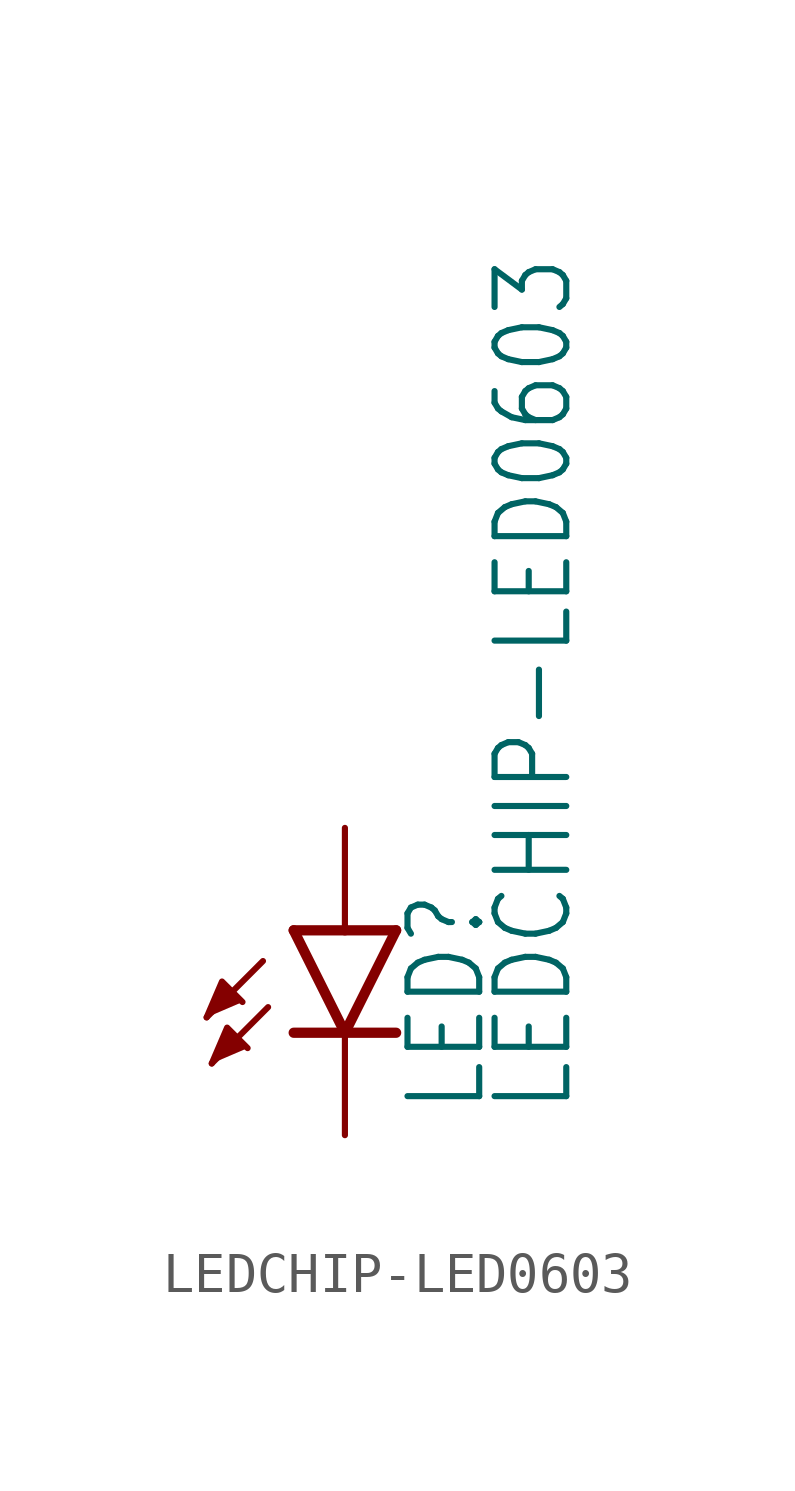
<source format=kicad_sym>
(kicad_symbol_lib
  (version 20200126)
  (host kicad_symbol_editor "(5.99.0-2281-g2f31bf278-dirty)")
  (symbol "LEDCHIP-LED0603"
    (property "Reference" "LED"
      (at 3.556 -4.572 90)
      (effects (font (size 1.778 1.511)) (justify left bottom)))
    (property "Value" "LEDCHIP-LED0603"
      (at 5.715 -4.572 90)
      (effects (font (size 1.778 1.511)) (justify left bottom)))
    (property "ki_locked" ""
      (at 0 0 0)
      (effects (font (size 1.27 1.27))))
    (symbol "LEDCHIP-LED0603_1_0"
      (polyline (pts (xy 1.27 0) (xy 0 -2.54)) (stroke (width 0.254)) (fill (type none)))
      (polyline (pts (xy 0 -2.54) (xy -1.27 0)) (stroke (width 0.254)) (fill (type none)))
      (polyline (pts (xy 1.27 -2.54) (xy 0 -2.54)) (stroke (width 0.254)) (fill (type none)))
      (polyline (pts (xy 0 -2.54) (xy -1.27 -2.54)) (stroke (width 0.254)) (fill (type none)))
      (polyline (pts (xy 1.27 0) (xy 0 0)) (stroke (width 0.254)) (fill (type none)))
      (polyline (pts (xy 0 0) (xy -1.27 0)) (stroke (width 0.254)) (fill (type none)))
      (polyline (pts (xy -2.032 -0.762) (xy -3.429 -2.159)) (stroke (width 0.152)) (fill (type none)))
      (polyline (pts (xy -1.905 -1.905) (xy -3.302 -3.302)) (stroke (width 0.152)) (fill (type none)))
      (polyline (pts (xy -3.429 -2.159) (xy -3.048 -1.27) (xy -2.54 -1.778)) (stroke (width 0)) (fill (type outline)))
      (polyline (pts (xy -3.302 -3.302) (xy -2.921 -2.413) (xy -2.413 -2.921)) (stroke (width 0)) (fill (type outline)))
      (pin passive line (at 0 -5.08 90) (length 2.54) (name "C" (effects (font (size 0 0)))) (number "C" (effects (font (size 0 0)))))
      (pin passive line (at 0 2.54 270) (length 2.54) (name "A" (effects (font (size 0 0)))) (number "A" (effects (font (size 0 0))))))))
</source>
